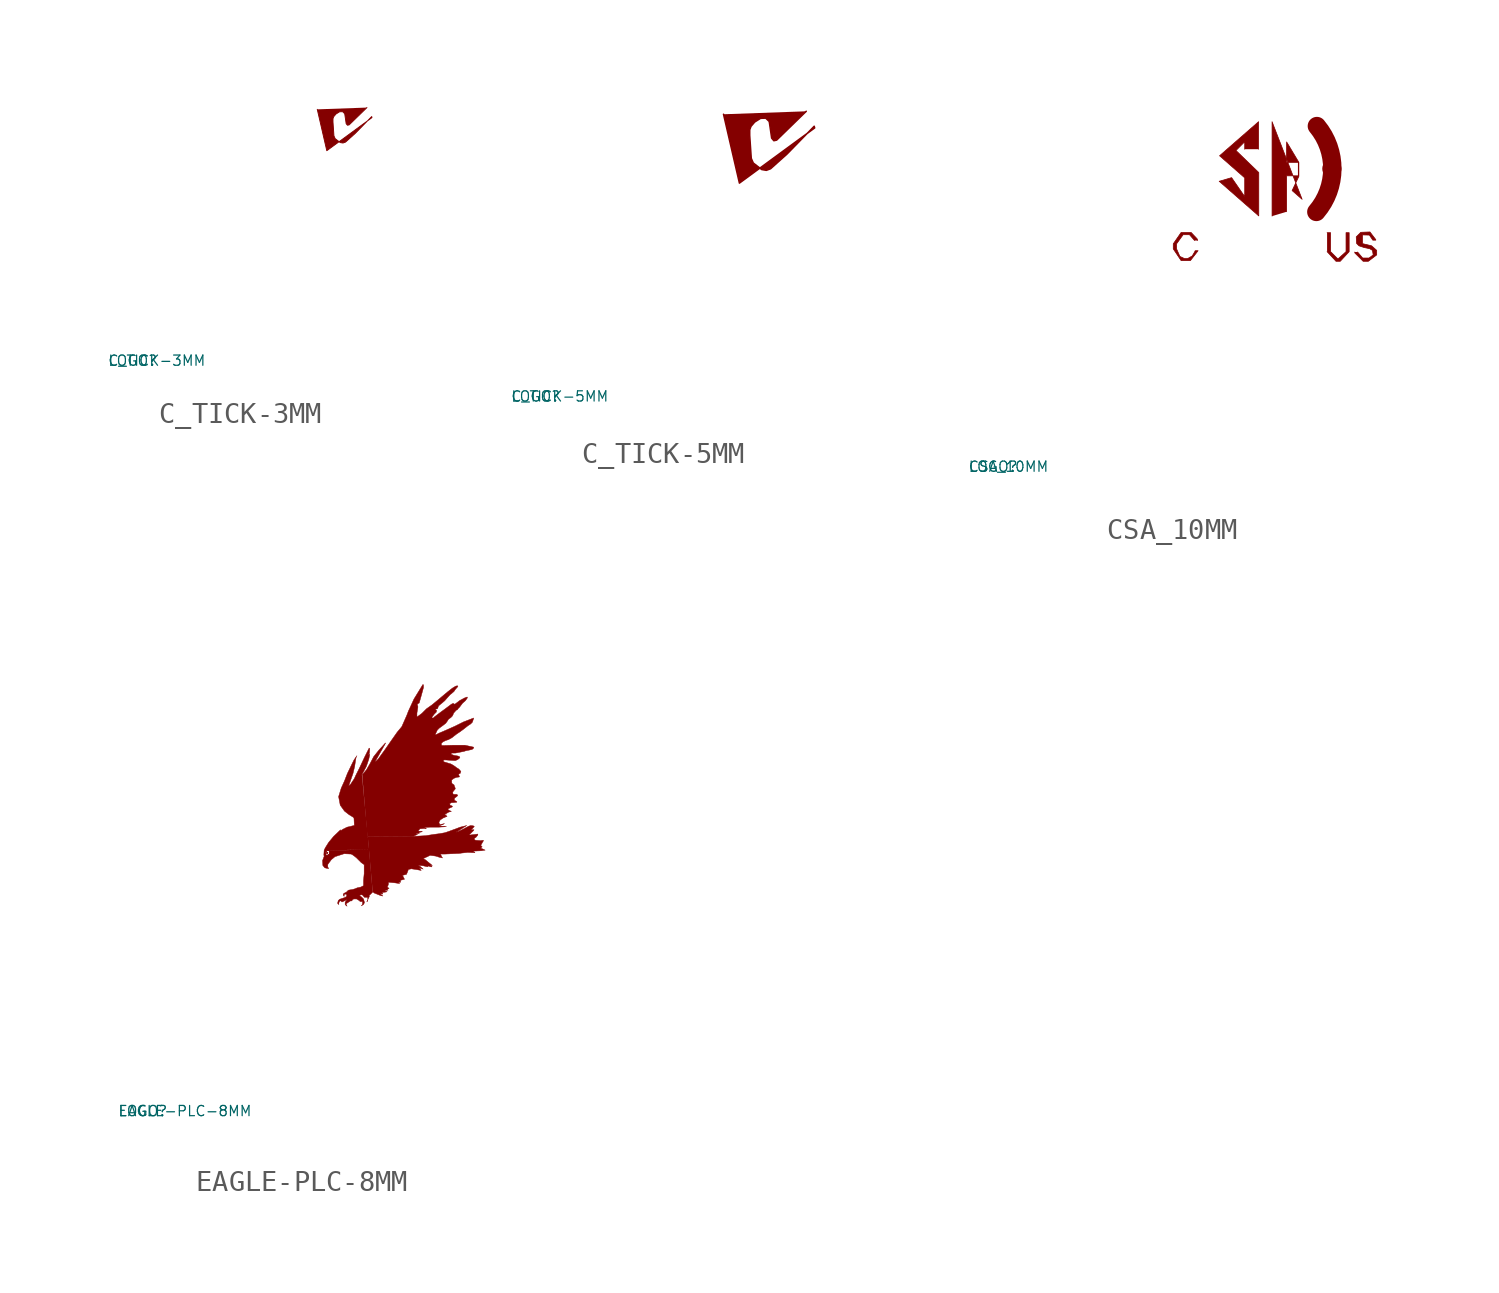
<source format=kicad_sym>
(kicad_symbol_lib
  (version 20220914)
  (generator Eagle2Kicad)
  (symbol "C_TICK-3MM"
    (property "Reference" "LOGO"
      (at -10 -10 0)
      (effects (font (size 0.5 0.5) (thickness 0.06)) (justify left)))
    (property "Value" "C_TICK-3MM"
      (at -10 -10 0)
      (effects (font (size 0.5 0.5) (thickness 0.06)) (justify left)))
    (polyline
      (pts (xy 2.68 2.369) (xy 1.811 1.523) (xy 1.729 1.505) (xy 1.665 1.582) (xy 1.601 2.021) (xy 1.591 2.072) (xy 1.491 2.168) (xy 1.34 2.163) (xy 1.166 2.053) (xy 1.056 1.925) (xy 1.02 1.825) (xy 1.02 1.665) (xy 1.066 0.988) (xy 1.125 0.851) (xy 1.372 0.659) (xy 1.509 0.636) (xy 1.633 0.681) (xy 2.117 1.116) (xy 2.913 1.93) (xy 2.927 1.88) (xy 0.718 0.261) (xy 0.252 2.282))
      (stroke (width 0.046) (type default))
      (fill (type outline))))
  (symbol "C_TICK-5MM"
    (property "Reference" "LOGO"
      (at -10 -10 0)
      (effects (font (size 0.5 0.5) (thickness 0.06)) (justify left)))
    (property "Value" "C_TICK-5MM"
      (at -10 -10 0)
      (effects (font (size 0.5 0.5) (thickness 0.06)) (justify left)))
    (polyline
      (pts (xy 4.466 3.948) (xy 3.018 2.538) (xy 2.881 2.508) (xy 2.774 2.637) (xy 2.668 3.369) (xy 2.652 3.453) (xy 2.485 3.613) (xy 2.233 3.605) (xy 1.944 3.422) (xy 1.761 3.209) (xy 1.7 3.041) (xy 1.7 2.774) (xy 1.776 1.646) (xy 1.875 1.418) (xy 2.287 1.098) (xy 2.515 1.059) (xy 2.721 1.136) (xy 3.529 1.86) (xy 4.855 3.216) (xy 4.878 3.133) (xy 1.197 0.434) (xy 0.419 3.803))
      (stroke (width 0.076) (type default))
      (fill (type outline))))
  (symbol "CSA_10MM"
    (property "Reference" "LOGO"
      (at -10 -10 0)
      (effects (font (size 0.5 0.5) (thickness 0.06)) (justify left)))
    (property "Value" "CSA_10MM"
      (at -10 -10 0)
      (effects (font (size 0.5 0.5) (thickness 0.06)) (justify left)))
    (polyline
      (pts (xy 1.219 1.041) (xy 1.193 1.121) (xy 0.899 1.433) (xy 0.409 1.433) (xy 0.027 0.881) (xy 0.027 0.632) (xy 0.409 0.062) (xy 0.863 0.062) (xy 1.237 0.543) (xy 1.095 0.543) (xy 1.077 0.498) (xy 0.952 0.285) (xy 0.721 0.16) (xy 0.57 0.16) (xy 0.347 0.267) (xy 0.187 0.632) (xy 0.187 0.881) (xy 0.507 1.326) (xy 0.819 1.326) (xy 1.068 1.041))
      (stroke (width 0.036) (type default))
      (fill (type outline)))
    (polyline
      (pts (xy 7.538 1.424) (xy 7.707 1.424) (xy 7.707 0.498) (xy 8.046 0.16) (xy 8.09 0.16) (xy 8.464 0.498) (xy 8.464 1.424) (xy 8.615 1.424) (xy 8.615 0.498) (xy 8.179 0.027) (xy 7.974 0.027) (xy 7.538 0.498))
      (stroke (width 0.036) (type default))
      (fill (type outline)))
    (polyline
      (pts (xy 8.891 0.481) (xy 8.891 0.436) (xy 9.3 0.027) (xy 9.55 0.027) (xy 9.959 0.338) (xy 9.959 0.561) (xy 9.71 0.783) (xy 9.265 0.89) (xy 9.265 1.317) (xy 9.603 1.308) (xy 9.772 1.059) (xy 9.915 1.059) (xy 9.915 1.086) (xy 9.63 1.46) (xy 9.185 1.442) (xy 8.962 1.219) (xy 8.98 0.899) (xy 9.096 0.783) (xy 9.336 0.703) (xy 9.621 0.641) (xy 9.754 0.561) (xy 9.79 0.338) (xy 9.585 0.187) (xy 9.274 0.187) (xy 9.025 0.481))
      (stroke (width 0.036) (type default))
      (fill (type outline)))
    (polyline
      (pts (xy 4.192 5.5) (xy 4.192 6.844) (xy 2.287 5.18) (xy 3.515 4.103) (xy 3.515 3.186) (xy 2.875 4.112) (xy 2.269 3.934) (xy 4.201 2.243) (xy 4.201 4.361) (xy 3.088 5.438) (xy 3.515 5.865) (xy 3.515 5.5))
      (stroke (width 0.036) (type default))
      (fill (type outline)))
    (polyline
      (pts (xy 4.851 2.234) (xy 4.851 6.844) (xy 6.319 3.053) (xy 5.83 3.48) (xy 6.159 4.174) (xy 6.159 4.859) (xy 5.562 5.856) (xy 5.554 4.859) (xy 6.132 4.859) (xy 6.132 4.201) (xy 5.562 4.201) (xy 5.562 2.447))
      (stroke (width 0.036) (type default))
      (fill (type outline)))
    (polyline
      (pts (xy 7.556 4.299) (xy 7.556 4.77) (xy 7.832 4.77) (xy 7.885 4.53) (xy 7.885 4.468) (xy 7.974 4.299) (xy 7.868 4.299) (xy 7.787 4.468) (xy 7.787 4.575) (xy 7.796 4.699) (xy 7.645 4.699) (xy 7.645 4.575) (xy 7.77 4.575) (xy 7.77 4.495) (xy 7.645 4.495) (xy 7.645 4.299))
      (stroke (width 0.036) (type default))
      (fill (type outline)))
    (arc
      (start 7.0132 2.4386)
      (mid 7.794 4.530)
      (end 7.0399 6.6305)
      (stroke (width 0.9) (type default))
      (fill (type none)))
    (circle
      (center 7.77 4.548)
      (radius 0.428)
      (stroke (width 0.08) (type default))
      (fill (type none))))
  (symbol "EAGLE-PLC-8MM"
    (property "Reference" "LOGO"
      (at -10 -10 0)
      (effects (font (size 0.5 0.5) (thickness 0.06)) (justify left)))
    (property "Value" "EAGLE-PLC-8MM"
      (at -10 -10 0)
      (effects (font (size 0.5 0.5) (thickness 0.06)) (justify left)))
    (polyline
      (pts (xy 0.818 0.096) (xy 0.786 0.112) (xy 0.753 0.16) (xy 0.786 0.289) (xy 0.85 0.353) (xy 0.994 0.401) (xy 1.09 0.433) (xy 1.154 0.465) (xy 1.202 0.513) (xy 1.186 0.593) (xy 1.122 0.609) (xy 1.074 0.577) (xy 1.074 0.497) (xy 1.042 0.529) (xy 1.026 0.593) (xy 1.058 0.641) (xy 1.122 0.673) (xy 1.186 0.705) (xy 1.218 0.737) (xy 1.267 0.786) (xy 1.299 0.802) (xy 1.491 0.834) (xy 1.603 0.866) (xy 1.715 0.914) (xy 1.796 0.93) (xy 1.876 0.946) (xy 2.004 1.01) (xy 2.02 1.026) (xy 2.02 1.267) (xy 2.052 1.603) (xy 2.052 2.052) (xy 2.02 2.068) (xy 1.908 2.148) (xy 1.796 2.26) (xy 1.683 2.373) (xy 1.587 2.453) (xy 1.475 2.533) (xy 1.411 2.565) (xy 1.074 2.581) (xy 0.625 2.437) (xy 0.449 2.293) (xy 0.305 2.1) (xy 0.273 2.052) (xy 0.273 1.924) (xy 0.321 1.86) (xy 0.257 1.86) (xy 0.128 1.892) (xy 0.032 2.004) (xy 0.016 2.244) (xy 0.096 2.453) (xy 0.096 2.469) (xy 0.08 2.517) (xy 0.096 2.757) (xy 0.16 2.886) (xy 0.321 3.142) (xy 0.561 3.431) (xy 0.898 3.752) (xy 0.882 3.703) (xy 0.898 3.703) (xy 1.026 3.784) (xy 1.218 3.88) (xy 1.555 3.96) (xy 1.571 3.976) (xy 1.555 4.313) (xy 1.523 4.361) (xy 1.315 4.489) (xy 1.09 4.665) (xy 0.882 4.954) (xy 0.802 5.371) (xy 0.93 5.787) (xy 1.09 6.14) (xy 1.234 6.509) (xy 1.459 6.974) (xy 1.555 7.166) (xy 1.699 7.375) (xy 1.667 7.311) (xy 1.651 7.263) (xy 1.587 6.846) (xy 1.507 6.509) (xy 1.379 6.14) (xy 1.299 5.916) (xy 1.315 5.916) (xy 1.379 5.964) (xy 1.571 6.253) (xy 1.651 6.429) (xy 1.828 6.782) (xy 2.068 7.295) (xy 2.293 7.743) (xy 2.309 7.743) (xy 2.325 7.695) (xy 2.309 7.487) (xy 2.26 7.439) (xy 2.26 7.423) (xy 2.293 7.439) (xy 2.325 7.439) (xy 2.325 7.423) (xy 2.277 7.198) (xy 2.196 6.958) (xy 2.148 6.83) (xy 2.036 6.621) (xy 1.94 6.445) (xy 2.293 2.79) (xy 0.225 2.741) (xy 0.16 2.645) (xy 0.16 2.565) (xy 0.176 2.517) (xy 0.208 2.501) (xy 0.273 2.501) (xy 0.353 2.565) (xy 0.353 2.709) (xy 0.321 2.741) (xy 0.561 2.741) (xy 2.293 2.789) (xy 2.469 0.705) (xy 2.341 0.577) (xy 2.293 0.545) (xy 2.309 0.497) (xy 2.18 0.225) (xy 2.228 0.273) (xy 2.228 0.449) (xy 2.068 0.449) (xy 2.052 0.465) (xy 1.972 0.561) (xy 1.892 0.577) (xy 1.828 0.529) (xy 1.924 0.465) (xy 2.02 0.369) (xy 2.068 0.192) (xy 2.02 0.096) (xy 1.908 0.032) (xy 1.972 0.096) (xy 1.972 0.24) (xy 1.86 0.24) (xy 1.812 0.289) (xy 1.683 0.369) (xy 1.539 0.369) (xy 1.491 0.337) (xy 1.443 0.273) (xy 1.379 0.273) (xy 1.234 0.176) (xy 1.186 0.144) (xy 1.17 0.08) (xy 1.218 0.016) (xy 1.186 0.032) (xy 1.122 0.096) (xy 1.122 0.208) (xy 1.218 0.337) (xy 1.154 0.305) (xy 0.978 0.225) (xy 0.962 0.225) (xy 0.914 0.273) (xy 0.866 0.273) (xy 0.818 0.192))
      (stroke (width 0.016) (type default))
      (fill (type outline)))
    (polyline
      (pts (xy 1.956 6.445) (xy 1.988 6.477) (xy 2.164 6.685) (xy 2.341 6.99) (xy 2.517 7.327) (xy 2.773 7.647) (xy 3.094 8) (xy 3.094 7.984) (xy 3.062 7.92) (xy 2.806 7.471) (xy 2.581 7.07) (xy 2.629 7.102) (xy 2.741 7.214) (xy 2.95 7.503) (xy 3.078 7.679) (xy 3.367 8.096) (xy 3.671 8.529) (xy 3.832 8.721) (xy 3.896 8.802) (xy 4.136 9.347) (xy 4.216 9.555) (xy 4.489 10.148) (xy 4.922 10.854) (xy 4.938 10.854) (xy 4.954 10.822) (xy 4.954 10.709) (xy 4.858 10.357) (xy 4.745 9.956) (xy 4.729 9.94) (xy 4.713 9.94) (xy 4.649 9.892) (xy 4.665 9.828) (xy 4.681 9.764) (xy 4.665 9.651) (xy 4.633 9.459) (xy 4.633 9.283) (xy 4.649 9.283) (xy 4.681 9.299) (xy 4.874 9.443) (xy 5.098 9.667) (xy 5.258 9.78) (xy 5.371 9.86) (xy 5.643 10.084) (xy 5.852 10.261) (xy 6.14 10.501) (xy 6.365 10.677) (xy 6.525 10.774) (xy 6.589 10.79) (xy 6.621 10.79) (xy 6.637 10.774) (xy 6.621 10.741) (xy 6.509 10.613) (xy 6.445 10.517) (xy 6.317 10.405) (xy 6.253 10.357) (xy 6.108 10.196) (xy 5.996 10.068) (xy 5.868 9.956) (xy 5.691 9.812) (xy 5.643 9.683) (xy 5.627 9.667) (xy 5.531 9.651) (xy 5.531 9.635) (xy 5.595 9.587) (xy 5.579 9.507) (xy 5.483 9.411) (xy 5.371 9.267) (xy 5.371 9.218) (xy 5.435 9.218) (xy 5.483 9.267) (xy 5.755 9.475) (xy 5.996 9.651) (xy 6.317 9.892) (xy 6.381 9.924) (xy 6.429 9.924) (xy 6.445 9.908) (xy 6.477 9.892) (xy 6.509 9.908) (xy 6.573 9.956) (xy 6.717 10.068) (xy 6.958 10.196) (xy 7.086 10.245) (xy 7.102 10.228) (xy 7.086 10.18) (xy 7.006 10.068) (xy 6.862 9.94) (xy 6.717 9.747) (xy 6.637 9.667) (xy 6.621 9.635) (xy 6.605 9.619) (xy 6.557 9.603) (xy 6.429 9.459) (xy 6.397 9.379) (xy 6.365 9.315) (xy 6.285 9.234) (xy 6.237 9.202) (xy 6.172 9.154) (xy 6.124 9.074) (xy 6.044 8.962) (xy 5.9 8.85) (xy 5.723 8.721) (xy 5.627 8.625) (xy 5.531 8.417) (xy 5.547 8.401) (xy 5.595 8.417) (xy 5.723 8.481) (xy 6.06 8.625) (xy 6.493 8.818) (xy 6.91 9.026) (xy 7.407 9.218) (xy 7.391 9.154) (xy 7.343 9.01) (xy 7.263 8.93) (xy 7.118 8.834) (xy 7.038 8.77) (xy 6.894 8.657) (xy 6.717 8.529) (xy 6.573 8.433) (xy 6.429 8.321) (xy 6.349 8.257) (xy 6.172 8.16) (xy 6.028 8.112) (xy 5.9 8.048) (xy 5.82 7.968) (xy 5.836 7.888) (xy 5.884 7.872) (xy 6.445 7.888) (xy 6.974 7.888) (xy 7.407 7.792) (xy 7.407 7.776) (xy 7.391 7.727) (xy 7.327 7.679) (xy 7.182 7.647) (xy 7.022 7.615) (xy 6.926 7.583) (xy 6.766 7.551) (xy 6.605 7.519) (xy 6.509 7.503) (xy 6.333 7.503) (xy 6.301 7.471) (xy 6.317 7.439) (xy 6.445 7.391) (xy 6.637 7.359) (xy 6.717 7.327) (xy 6.733 7.279) (xy 6.685 7.23) (xy 6.621 7.182) (xy 6.509 7.134) (xy 6.253 7.15) (xy 6.044 7.166) (xy 5.948 7.166) (xy 5.916 7.118) (xy 5.964 7.07) (xy 6.285 6.974) (xy 6.429 6.894) (xy 6.557 6.798) (xy 6.685 6.717) (xy 6.782 6.605) (xy 6.749 6.509) (xy 6.701 6.493) (xy 6.669 6.461) (xy 6.685 6.413) (xy 6.717 6.349) (xy 6.701 6.333) (xy 6.573 6.317) (xy 6.445 6.269) (xy 6.333 6.188) (xy 6.333 6.156) (xy 6.333 6.06) (xy 6.349 6.012) (xy 6.445 5.948) (xy 6.477 5.852) (xy 6.493 5.82) (xy 6.509 5.755) (xy 6.445 5.675) (xy 6.381 5.595) (xy 6.397 5.499) (xy 6.445 5.483) (xy 6.573 5.483) (xy 6.621 5.451) (xy 6.621 5.419) (xy 6.573 5.371) (xy 6.477 5.307) (xy 6.461 5.21) (xy 6.493 5.178) (xy 6.557 5.146) (xy 6.589 5.114) (xy 6.573 5.098) (xy 6.429 5.082) (xy 6.333 5.082) (xy 6.237 5.034) (xy 6.253 4.954) (xy 6.333 4.922) (xy 6.365 4.906) (xy 6.365 4.874) (xy 6.301 4.842) (xy 6.188 4.794) (xy 6.156 4.761) (xy 6.156 4.729) (xy 6.188 4.713) (xy 6.317 4.649) (xy 6.188 4.617) (xy 5.996 4.505) (xy 6.012 4.473) (xy 6.092 4.473) (xy 5.996 4.425) (xy 6.108 4.409) (xy 5.916 4.329) (xy 5.771 4.232) (xy 5.707 4.12) (xy 5.739 4.024) (xy 5.787 4.008) (xy 5.98 4.056) (xy 5.9 4.008) (xy 5.723 3.944) (xy 5.804 3.928) (xy 6.076 3.912) (xy 5.964 3.896) (xy 5.707 3.88) (xy 5.275 3.88) (xy 5.002 3.864) (xy 5.098 3.8) (xy 4.986 3.816) (xy 4.777 3.8) (xy 4.697 3.703) (xy 4.713 3.687) (xy 4.89 3.671) (xy 4.89 3.655) (xy 4.745 3.623) (xy 4.729 3.607) (xy 4.745 3.591) (xy 4.745 3.575) (xy 4.729 3.575) (xy 4.601 3.559) (xy 4.585 3.543) (xy 4.601 3.527) (xy 4.665 3.511) (xy 4.585 3.495) (xy 4.457 3.431) (xy 2.212 3.415))
      (stroke (width 0.016) (type default))
      (fill (type outline)))
    (polyline
      (pts (xy 2.228 3.415) (xy 4.473 3.431) (xy 5.066 3.463) (xy 5.467 3.527) (xy 5.723 3.559) (xy 5.996 3.607) (xy 6.188 3.671) (xy 6.749 3.88) (xy 7.07 3.96) (xy 6.557 3.639) (xy 6.589 3.639) (xy 6.798 3.735) (xy 7.166 3.928) (xy 7.263 3.96) (xy 7.391 3.944) (xy 7.439 3.912) (xy 7.279 3.735) (xy 7.359 3.752) (xy 7.423 3.752) (xy 7.407 3.719) (xy 7.198 3.511) (xy 7.198 3.495) (xy 7.23 3.495) (xy 7.615 3.543) (xy 7.599 3.479) (xy 7.519 3.383) (xy 7.439 3.335) (xy 7.439 3.271) (xy 7.503 3.239) (xy 7.743 3.222) (xy 7.872 3.239) (xy 7.888 3.222) (xy 7.76 2.998) (xy 7.76 2.982) (xy 7.824 2.918) (xy 7.743 2.854) (xy 7.76 2.854) (xy 7.968 2.757) (xy 7.776 2.725) (xy 7.391 2.709) (xy 7.471 2.629) (xy 7.118 2.645) (xy 6.814 2.613) (xy 6.717 2.597) (xy 6.012 2.565) (xy 5.787 2.565) (xy 5.804 2.517) (xy 5.852 2.421) (xy 5.884 2.373) (xy 5.739 2.405) (xy 5.531 2.469) (xy 5.275 2.501) (xy 4.938 2.341) (xy 5.034 2.293) (xy 5.387 2.004) (xy 5.291 2.036) (xy 5.371 1.94) (xy 5.323 1.94) (xy 5.258 1.956) (xy 5.146 1.988) (xy 5.162 1.94) (xy 5.082 1.956) (xy 4.954 1.988) (xy 4.681 2.02) (xy 4.794 1.956) (xy 4.938 1.828) (xy 4.745 1.892) (xy 4.81 1.812) (xy 4.842 1.764) (xy 4.665 1.796) (xy 4.361 1.844) (xy 4.216 1.812) (xy 4.168 1.683) (xy 4.12 1.571) (xy 3.928 1.523) (xy 4.024 1.331) (xy 3.832 1.283) (xy 3.832 1.186) (xy 3.735 1.186) (xy 3.784 1.122) (xy 3.575 1.154) (xy 3.255 1.186) (xy 3.239 1.17) (xy 3.239 1.122) (xy 3.239 1.09) (xy 3.206 0.994) (xy 3.174 0.962) (xy 3.271 0.882) (xy 3.174 0.85) (xy 3.222 0.802) (xy 3.094 0.786) (xy 3.062 0.769) (xy 3.174 0.721) (xy 3.094 0.705) (xy 2.966 0.689) (xy 2.934 0.673) (xy 2.966 0.609) (xy 2.854 0.625) (xy 2.87 0.593) (xy 2.966 0.513) (xy 2.87 0.529) (xy 2.549 0.657) (xy 2.469 0.721))
      (stroke (width 0.016) (type default))
      (fill (type outline)))
    (polyline
      (pts (xy 0.16 2.645) (xy 0.176 2.677) (xy 0.208 2.725) (xy 0.289 2.757) (xy 0.369 2.709) (xy 0.385 2.581) (xy 0.305 2.501) (xy 0.176 2.501) (xy 0.144 2.533) (xy 0.144 2.613) (xy 0.176 2.613) (xy 0.176 2.581) (xy 0.176 2.533) (xy 0.192 2.517) (xy 0.273 2.517) (xy 0.353 2.581) (xy 0.369 2.661) (xy 0.321 2.725) (xy 0.225 2.725) (xy 0.205 2.692) (xy 0.228 2.664) (xy 0.25 2.662) (xy 0.286 2.646) (xy 0.262 2.567) (xy 0.209 2.57) (xy 0.176 2.565) (xy 0.194 2.599) (xy 0.208 2.581) (xy 0.257 2.581) (xy 0.257 2.629) (xy 0.225 2.645) (xy 0.191 2.613) (xy 0.192 2.597))
      (stroke (width 0.016) (type default))
      (fill (type outline)))))
</source>
